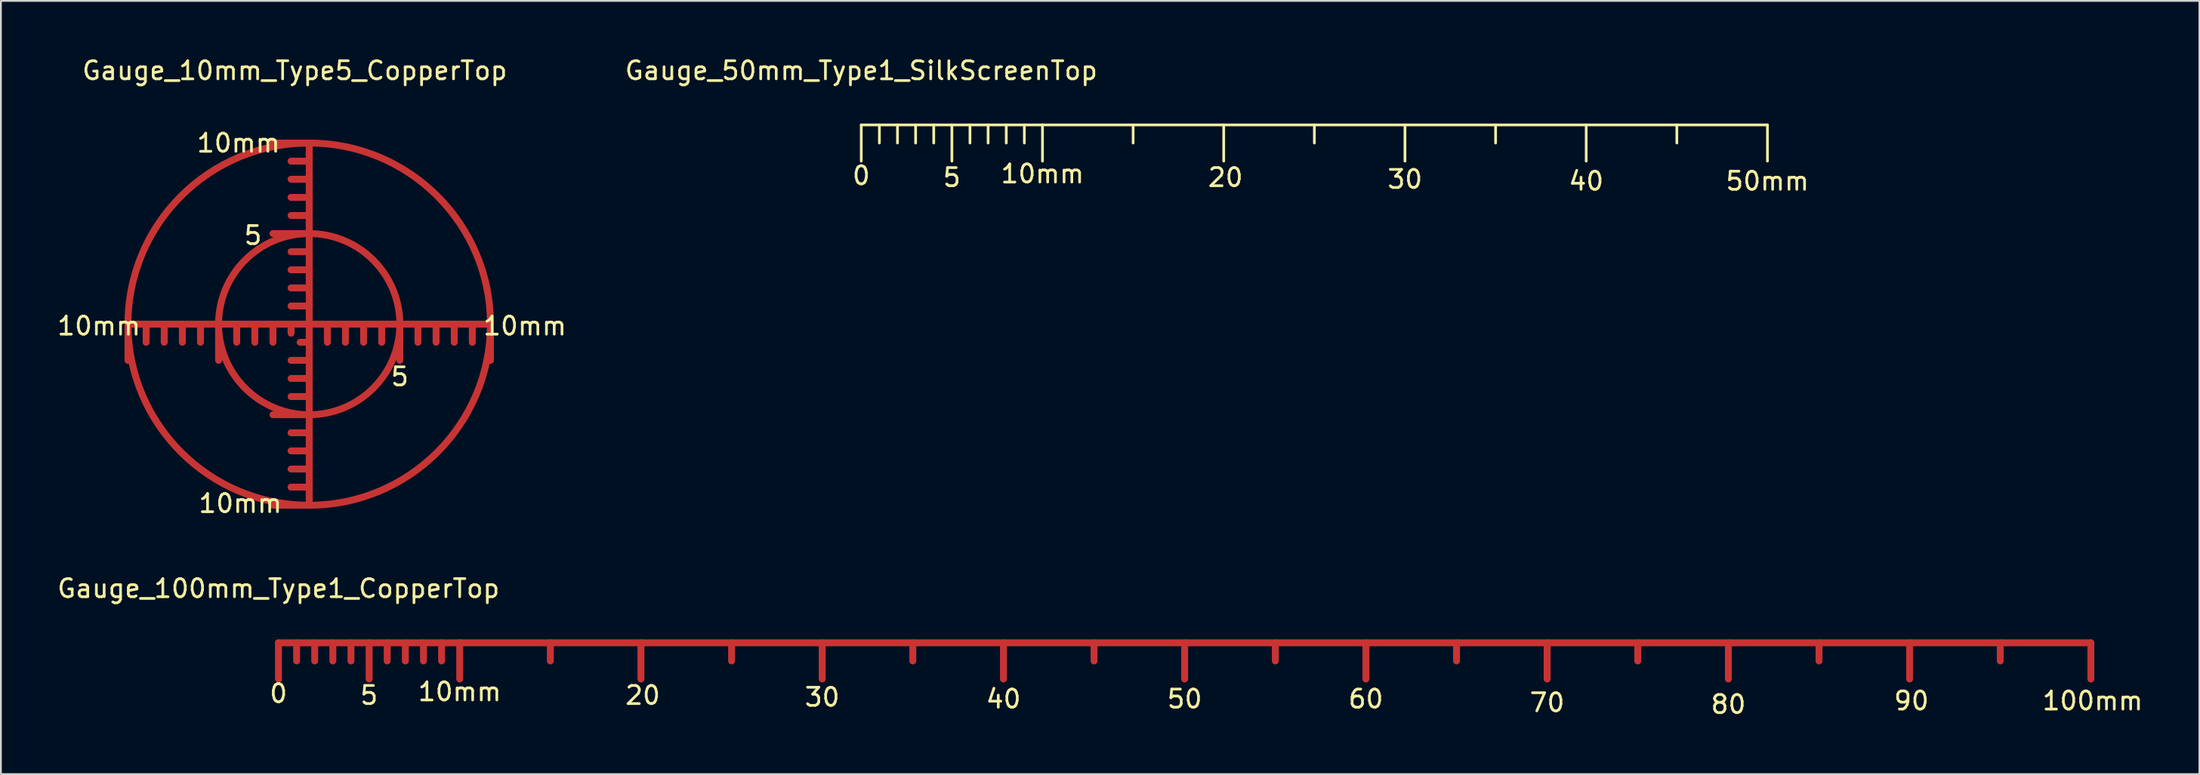
<source format=kicad_pcb>
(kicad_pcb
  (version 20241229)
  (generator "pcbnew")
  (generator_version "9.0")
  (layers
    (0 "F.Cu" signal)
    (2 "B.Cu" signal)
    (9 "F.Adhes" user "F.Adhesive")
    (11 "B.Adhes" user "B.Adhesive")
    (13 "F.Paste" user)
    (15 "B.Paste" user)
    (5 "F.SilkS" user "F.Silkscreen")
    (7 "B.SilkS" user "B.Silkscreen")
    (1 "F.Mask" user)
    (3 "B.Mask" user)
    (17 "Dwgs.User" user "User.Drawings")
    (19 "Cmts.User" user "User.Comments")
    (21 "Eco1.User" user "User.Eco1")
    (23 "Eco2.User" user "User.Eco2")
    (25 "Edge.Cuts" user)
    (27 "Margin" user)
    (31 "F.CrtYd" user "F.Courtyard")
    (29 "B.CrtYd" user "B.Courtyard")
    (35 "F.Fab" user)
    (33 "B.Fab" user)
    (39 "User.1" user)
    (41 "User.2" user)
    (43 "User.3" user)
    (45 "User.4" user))
  (footprint "Gauge_100mm_Type1_CopperTop"
    (layer "F.Cu")
    (at 12.315 32.446)
    (property "Reference" "Gauge_100mm_Type1_CopperTop" (at 0 -3 0) (layer "F.SilkS") (effects (font (size 1 1) (thickness 0.15))))
    (attr through_hole)
    (fp_line (start 0 0) (end 0 1.999) (stroke (width 0.381) (type solid)) (layer "F.Cu"))
    (fp_line (start 0 0) (end 10 0) (stroke (width 0.381) (type solid)) (layer "F.Cu"))
    (fp_line (start 1.001 0) (end 1.001 1.001) (stroke (width 0.381) (type solid)) (layer "F.Cu"))
    (fp_line (start 1.999 0) (end 1.999 1.001) (stroke (width 0.381) (type solid)) (layer "F.Cu"))
    (fp_line (start 3 0) (end 3 1.001) (stroke (width 0.381) (type solid)) (layer "F.Cu"))
    (fp_line (start 4 0) (end 4 1.001) (stroke (width 0.381) (type solid)) (layer "F.Cu"))
    (fp_line (start 5.001 0) (end 5.001 1.999) (stroke (width 0.381) (type solid)) (layer "F.Cu"))
    (fp_line (start 5.999 0) (end 5.999 1.001) (stroke (width 0.381) (type solid)) (layer "F.Cu"))
    (fp_line (start 7 0) (end 7 1.001) (stroke (width 0.381) (type solid)) (layer "F.Cu"))
    (fp_line (start 8.001 0) (end 8.001 1.001) (stroke (width 0.381) (type solid)) (layer "F.Cu"))
    (fp_line (start 8.999 0) (end 8.999 1.001) (stroke (width 0.381) (type solid)) (layer "F.Cu"))
    (fp_line (start 10 0) (end 10 1.999) (stroke (width 0.381) (type solid)) (layer "F.Cu"))
    (fp_line (start 10 0) (end 100 0) (stroke (width 0.381) (type solid)) (layer "F.Cu"))
    (fp_line (start 15.001 0) (end 15.001 1.001) (stroke (width 0.381) (type solid)) (layer "F.Cu"))
    (fp_line (start 20 0) (end 20 1.999) (stroke (width 0.381) (type solid)) (layer "F.Cu"))
    (fp_line (start 25.001 0) (end 25.001 1.001) (stroke (width 0.381) (type solid)) (layer "F.Cu"))
    (fp_line (start 30 0) (end 30 1.999) (stroke (width 0.381) (type solid)) (layer "F.Cu"))
    (fp_line (start 35.001 0) (end 35.001 1.001) (stroke (width 0.381) (type solid)) (layer "F.Cu"))
    (fp_line (start 40 0) (end 40 1.999) (stroke (width 0.381) (type solid)) (layer "F.Cu"))
    (fp_line (start 45.001 0) (end 45.001 1.001) (stroke (width 0.381) (type solid)) (layer "F.Cu"))
    (fp_line (start 50 0) (end 50 1.999) (stroke (width 0.381) (type solid)) (layer "F.Cu"))
    (fp_line (start 55.001 0) (end 55.001 1.001) (stroke (width 0.381) (type solid)) (layer "F.Cu"))
    (fp_line (start 60 0) (end 60 1.999) (stroke (width 0.381) (type solid)) (layer "F.Cu"))
    (fp_line (start 65.001 0) (end 65.001 1.001) (stroke (width 0.381) (type solid)) (layer "F.Cu"))
    (fp_line (start 70 0) (end 70 1.999) (stroke (width 0.381) (type solid)) (layer "F.Cu"))
    (fp_line (start 75.001 0) (end 75.001 1.001) (stroke (width 0.381) (type solid)) (layer "F.Cu"))
    (fp_line (start 80 0) (end 80 1.999) (stroke (width 0.381) (type solid)) (layer "F.Cu"))
    (fp_line (start 85.001 0) (end 85.001 1.001) (stroke (width 0.381) (type solid)) (layer "F.Cu"))
    (fp_line (start 90 0) (end 90 1.999) (stroke (width 0.381) (type solid)) (layer "F.Cu"))
    (fp_line (start 95.001 0) (end 95.001 1.001) (stroke (width 0.381) (type solid)) (layer "F.Cu"))
    (fp_line (start 100 0) (end 100 1.999) (stroke (width 0.381) (type solid)) (layer "F.Cu"))
    (fp_text user "90" (at 90.101 3.203 0) (layer "F.SilkS") (effects (font (size 1 1) (thickness 0.15))))
    (fp_text user "5" (at 4.999 2.901 0) (layer "F.SilkS") (effects (font (size 1 1) (thickness 0.15))))
    (fp_text user "50" (at 50 3.101 0) (layer "F.SilkS") (effects (font (size 1 1) (thickness 0.15))))
    (fp_text user "40" (at 40 3.101 0) (layer "F.SilkS") (effects (font (size 1 1) (thickness 0.15))))
    (fp_text user "70" (at 70 3.302 0) (layer "F.SilkS") (effects (font (size 1 1) (thickness 0.15))))
    (fp_text user "20" (at 20.099 2.901 0) (layer "F.SilkS") (effects (font (size 1 1) (thickness 0.15))))
    (fp_text user "60" (at 60 3.101 0) (layer "F.SilkS") (effects (font (size 1 1) (thickness 0.15))))
    (fp_text user "100mm" (at 100.101 3.203 0) (layer "F.SilkS") (effects (font (size 1 1) (thickness 0.15))))
    (fp_text user "30" (at 30 3 0) (layer "F.SilkS") (effects (font (size 1 1) (thickness 0.15))))
    (fp_text user "10mm" (at 10 2.7 0) (layer "F.SilkS") (effects (font (size 1 1) (thickness 0.15))))
    (fp_text user "0" (at 0 2.799 0) (layer "F.SilkS") (effects (font (size 1 1) (thickness 0.15))))
    (fp_text user "80" (at 80 3.401 0) (layer "F.SilkS") (effects (font (size 1 1) (thickness 0.15)))))
  (footprint "Gauge_10mm_Type5_CopperTop"
    (layer "F.Cu")
    (at 14.011 14.849)
    (property "Reference" "Gauge_10mm_Type5_CopperTop" (at -0.8 -14 0) (layer "F.SilkS") (effects (font (size 1 1) (thickness 0.15))))
    (attr through_hole)
    (fp_line (start -10 0) (end -10 1.999) (stroke (width 0.381) (type solid)) (layer "F.Cu"))
    (fp_line (start -8.999 0) (end -8.999 1.001) (stroke (width 0.381) (type solid)) (layer "F.Cu"))
    (fp_line (start -8.001 0) (end -8.001 1.001) (stroke (width 0.381) (type solid)) (layer "F.Cu"))
    (fp_line (start -7 0) (end -7 1.001) (stroke (width 0.381) (type solid)) (layer "F.Cu"))
    (fp_line (start -5.999 0) (end -5.999 1.001) (stroke (width 0.381) (type solid)) (layer "F.Cu"))
    (fp_line (start -5.001 0) (end -5.001 1.999) (stroke (width 0.381) (type solid)) (layer "F.Cu"))
    (fp_line (start -4 0) (end -4 1.001) (stroke (width 0.381) (type solid)) (layer "F.Cu"))
    (fp_line (start -3 0) (end -3 1.001) (stroke (width 0.381) (type solid)) (layer "F.Cu"))
    (fp_line (start -1.999 0) (end -1.999 1.001) (stroke (width 0.381) (type solid)) (layer "F.Cu"))
    (fp_line (start -1.001 0) (end -1.001 0.5) (stroke (width 0.381) (type solid)) (layer "F.Cu"))
    (fp_line (start 0 -10) (end -1.999 -10) (stroke (width 0.381) (type solid)) (layer "F.Cu"))
    (fp_line (start 0 -8.999) (end -1.001 -8.999) (stroke (width 0.381) (type solid)) (layer "F.Cu"))
    (fp_line (start 0 -8.001) (end -1.001 -8.001) (stroke (width 0.381) (type solid)) (layer "F.Cu"))
    (fp_line (start 0 -7) (end -1.001 -7) (stroke (width 0.381) (type solid)) (layer "F.Cu"))
    (fp_line (start 0 -5.999) (end -1.001 -5.999) (stroke (width 0.381) (type solid)) (layer "F.Cu"))
    (fp_line (start 0 -5.001) (end -1.999 -5.001) (stroke (width 0.381) (type solid)) (layer "F.Cu"))
    (fp_line (start 0 -4) (end -1.001 -4) (stroke (width 0.381) (type solid)) (layer "F.Cu"))
    (fp_line (start 0 -3) (end -1.001 -3) (stroke (width 0.381) (type solid)) (layer "F.Cu"))
    (fp_line (start 0 -1.999) (end -1.001 -1.999) (stroke (width 0.381) (type solid)) (layer "F.Cu"))
    (fp_line (start 0 -1.001) (end -1.001 -1.001) (stroke (width 0.381) (type solid)) (layer "F.Cu"))
    (fp_line (start 0 0) (end -10 0) (stroke (width 0.381) (type solid)) (layer "F.Cu"))
    (fp_line (start 0 0) (end 0 -10) (stroke (width 0.381) (type solid)) (layer "F.Cu"))
    (fp_line (start 0 0) (end 0 1.999) (stroke (width 0.381) (type solid)) (layer "F.Cu"))
    (fp_line (start 0 0) (end 10 0) (stroke (width 0.381) (type solid)) (layer "F.Cu"))
    (fp_line (start 0 1.001) (end -0.5 1.001) (stroke (width 0.381) (type solid)) (layer "F.Cu"))
    (fp_line (start 0 1.999) (end -1.001 1.999) (stroke (width 0.381) (type solid)) (layer "F.Cu"))
    (fp_line (start 0 1.999) (end 0 10) (stroke (width 0.381) (type solid)) (layer "F.Cu"))
    (fp_line (start 0 3) (end -1.001 3) (stroke (width 0.381) (type solid)) (layer "F.Cu"))
    (fp_line (start 0 4) (end -1.001 4) (stroke (width 0.381) (type solid)) (layer "F.Cu"))
    (fp_line (start 0 5.001) (end -1.999 5.001) (stroke (width 0.381) (type solid)) (layer "F.Cu"))
    (fp_line (start 0 5.999) (end -1.001 5.999) (stroke (width 0.381) (type solid)) (layer "F.Cu"))
    (fp_line (start 0 7) (end -1.001 7) (stroke (width 0.381) (type solid)) (layer "F.Cu"))
    (fp_line (start 0 8.001) (end -1.001 8.001) (stroke (width 0.381) (type solid)) (layer "F.Cu"))
    (fp_line (start 0 8.999) (end -1.001 8.999) (stroke (width 0.381) (type solid)) (layer "F.Cu"))
    (fp_line (start 0 10) (end -1.999 10) (stroke (width 0.381) (type solid)) (layer "F.Cu"))
    (fp_line (start 1.001 0) (end 1.001 1.001) (stroke (width 0.381) (type solid)) (layer "F.Cu"))
    (fp_line (start 1.999 0) (end 1.999 1.001) (stroke (width 0.381) (type solid)) (layer "F.Cu"))
    (fp_line (start 3 0) (end 3 1.001) (stroke (width 0.381) (type solid)) (layer "F.Cu"))
    (fp_line (start 4 0) (end 4 1.001) (stroke (width 0.381) (type solid)) (layer "F.Cu"))
    (fp_line (start 5.001 0) (end 5.001 1.999) (stroke (width 0.381) (type solid)) (layer "F.Cu"))
    (fp_line (start 5.999 0) (end 5.999 1.001) (stroke (width 0.381) (type solid)) (layer "F.Cu"))
    (fp_line (start 7 0) (end 7 1.001) (stroke (width 0.381) (type solid)) (layer "F.Cu"))
    (fp_line (start 8.001 0) (end 8.001 1.001) (stroke (width 0.381) (type solid)) (layer "F.Cu"))
    (fp_line (start 8.999 0) (end 8.999 1.001) (stroke (width 0.381) (type solid)) (layer "F.Cu"))
    (fp_line (start 10 0) (end 10 1.999) (stroke (width 0.381) (type solid)) (layer "F.Cu"))
    (fp_circle (center 0 0) (end 5.001 0) (stroke (width 0.381) (type solid)) (fill no) (layer "F.Cu"))
    (fp_circle (center 0 0) (end 10 0) (stroke (width 0.381) (type solid)) (fill no) (layer "F.Cu"))
    (fp_text user "10mm" (at -3.8 9.901 0) (layer "F.SilkS") (effects (font (size 1 1) (thickness 0.15))))
    (fp_text user "10mm" (at 11.9 0.099 0) (layer "F.SilkS") (effects (font (size 1 1) (thickness 0.15))))
    (fp_text user "5" (at 4.999 2.901 0) (layer "F.SilkS") (effects (font (size 1 1) (thickness 0.15))))
    (fp_text user "5" (at -3.101 -4.9 0) (layer "F.SilkS") (effects (font (size 1 1) (thickness 0.15))))
    (fp_text user "10mm" (at -11.6 0.099 0) (layer "F.SilkS") (effects (font (size 1 1) (thickness 0.15))))
    (fp_text user "10mm" (at -3.901 -10 0) (layer "F.SilkS") (effects (font (size 1 1) (thickness 0.15)))))
  (footprint "Gauge_50mm_Type1_SilkScreenTop"
    (layer "F.Cu")
    (at 44.47 3.848)
    (property "Reference" "Gauge_50mm_Type1_SilkScreenTop" (at 0 -3 0) (layer "F.SilkS") (effects (font (size 1 1) (thickness 0.15))))
    (attr through_hole)
    (fp_line (start 0 0) (end 0 1.999) (stroke (width 0.15) (type solid)) (layer "F.SilkS"))
    (fp_line (start 0 0) (end 10 0) (stroke (width 0.15) (type solid)) (layer "F.SilkS"))
    (fp_line (start 1.001 0) (end 1.001 1.001) (stroke (width 0.15) (type solid)) (layer "F.SilkS"))
    (fp_line (start 1.999 0) (end 1.999 1.001) (stroke (width 0.15) (type solid)) (layer "F.SilkS"))
    (fp_line (start 3 0) (end 3 1.001) (stroke (width 0.15) (type solid)) (layer "F.SilkS"))
    (fp_line (start 4 0) (end 4 1.001) (stroke (width 0.15) (type solid)) (layer "F.SilkS"))
    (fp_line (start 5.001 0) (end 5.001 1.999) (stroke (width 0.15) (type solid)) (layer "F.SilkS"))
    (fp_line (start 5.999 0) (end 5.999 1.001) (stroke (width 0.15) (type solid)) (layer "F.SilkS"))
    (fp_line (start 7 0) (end 7 1.001) (stroke (width 0.15) (type solid)) (layer "F.SilkS"))
    (fp_line (start 8.001 0) (end 8.001 1.001) (stroke (width 0.15) (type solid)) (layer "F.SilkS"))
    (fp_line (start 8.999 0) (end 8.999 1.001) (stroke (width 0.15) (type solid)) (layer "F.SilkS"))
    (fp_line (start 10 0) (end 10 1.999) (stroke (width 0.15) (type solid)) (layer "F.SilkS"))
    (fp_line (start 10 0) (end 50 0) (stroke (width 0.15) (type solid)) (layer "F.SilkS"))
    (fp_line (start 15.001 0) (end 15.001 1.001) (stroke (width 0.15) (type solid)) (layer "F.SilkS"))
    (fp_line (start 20 0) (end 20 1.999) (stroke (width 0.15) (type solid)) (layer "F.SilkS"))
    (fp_line (start 25.001 0) (end 25.001 1.001) (stroke (width 0.15) (type solid)) (layer "F.SilkS"))
    (fp_line (start 30 0) (end 30 1.999) (stroke (width 0.15) (type solid)) (layer "F.SilkS"))
    (fp_line (start 35.001 0) (end 35.001 1.001) (stroke (width 0.15) (type solid)) (layer "F.SilkS"))
    (fp_line (start 40 0) (end 40 1.999) (stroke (width 0.15) (type solid)) (layer "F.SilkS"))
    (fp_line (start 45.001 0) (end 45.001 1.001) (stroke (width 0.15) (type solid)) (layer "F.SilkS"))
    (fp_line (start 50 0) (end 50 1.999) (stroke (width 0.15) (type solid)) (layer "F.SilkS"))
    (fp_text user "30" (at 30 3 0) (layer "F.SilkS") (effects (font (size 1 1) (thickness 0.15))))
    (fp_text user "0" (at 0 2.799 0) (layer "F.SilkS") (effects (font (size 1 1) (thickness 0.15))))
    (fp_text user "50mm" (at 50 3.101 0) (layer "F.SilkS") (effects (font (size 1 1) (thickness 0.15))))
    (fp_text user "10mm" (at 10 2.7 0) (layer "F.SilkS") (effects (font (size 1 1) (thickness 0.15))))
    (fp_text user "20" (at 20.099 2.901 0) (layer "F.SilkS") (effects (font (size 1 1) (thickness 0.15))))
    (fp_text user "40" (at 40 3.101 0) (layer "F.SilkS") (effects (font (size 1 1) (thickness 0.15))))
    (fp_text user "5" (at 4.999 2.901 0) (layer "F.SilkS") (effects (font (size 1 1) (thickness 0.15)))))
  (gr_rect
    (start -3 -3)
    (end 118.304 39.695)
    (stroke (width 0.1) (type default))
    (fill no)
    (layer "Edge.Cuts")))
</source>
